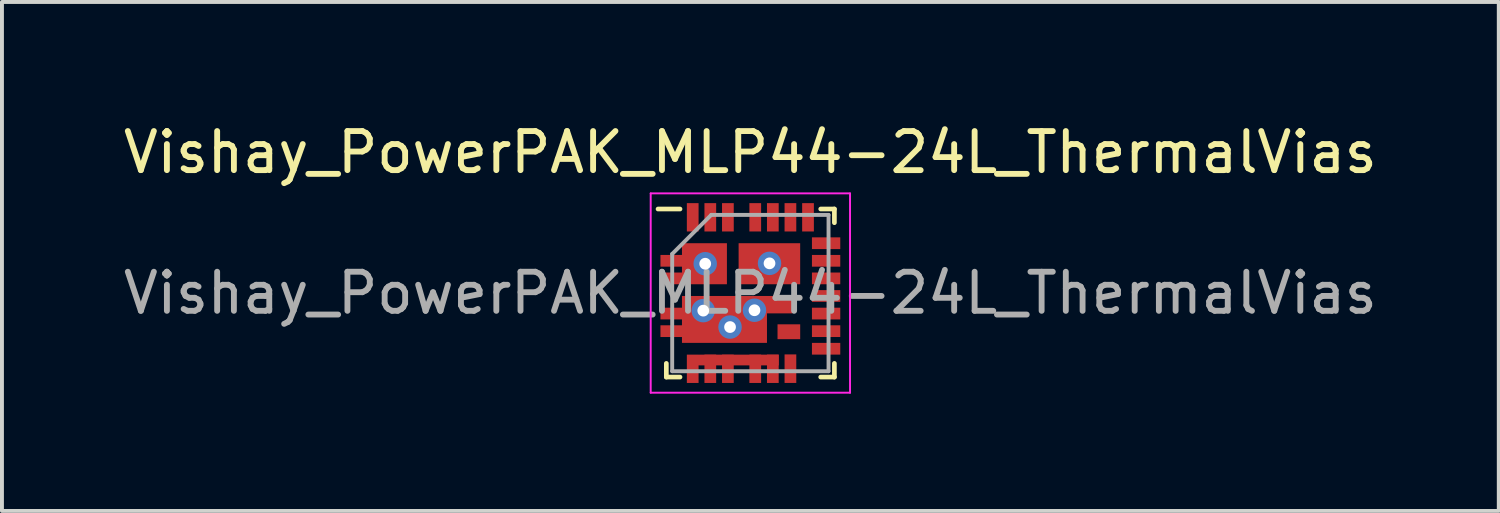
<source format=kicad_pcb>
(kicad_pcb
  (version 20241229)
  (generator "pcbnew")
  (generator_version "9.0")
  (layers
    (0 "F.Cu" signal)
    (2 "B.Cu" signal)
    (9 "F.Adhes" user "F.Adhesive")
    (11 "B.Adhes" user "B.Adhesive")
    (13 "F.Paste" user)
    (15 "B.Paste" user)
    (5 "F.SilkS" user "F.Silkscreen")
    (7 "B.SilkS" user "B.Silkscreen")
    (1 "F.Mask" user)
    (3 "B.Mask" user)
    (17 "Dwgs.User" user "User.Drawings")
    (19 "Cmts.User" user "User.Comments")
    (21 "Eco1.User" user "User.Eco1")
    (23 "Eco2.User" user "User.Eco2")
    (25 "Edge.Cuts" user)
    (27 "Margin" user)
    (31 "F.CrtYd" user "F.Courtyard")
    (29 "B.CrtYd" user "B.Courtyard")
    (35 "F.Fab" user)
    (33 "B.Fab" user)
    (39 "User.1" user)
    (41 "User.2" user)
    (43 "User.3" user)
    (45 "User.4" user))
  (footprint "Vishay_PowerPAK_MLP44-24L_ThermalVias"
    (layer "F.Cu")
    (at 16.149 4.448)
    (property "Reference" "Vishay_PowerPAK_MLP44-24L_ThermalVias" (at 0 -3.6 0) (layer "F.SilkS") (effects (font (size 1 1) (thickness 0.15))))
    (attr smd)
    (fp_line (start -2.15 2.15) (end -2.15 1.8) (stroke (width 0.12) (type solid)) (layer "F.SilkS"))
    (fp_line (start -1.8 -2.15) (end -2.362 -2.15) (stroke (width 0.12) (type solid)) (layer "F.SilkS"))
    (fp_line (start -1.8 2.15) (end -2.15 2.15) (stroke (width 0.12) (type solid)) (layer "F.SilkS"))
    (fp_line (start 1.8 -2.15) (end 2.15 -2.15) (stroke (width 0.12) (type solid)) (layer "F.SilkS"))
    (fp_line (start 1.8 2.15) (end 2.15 2.15) (stroke (width 0.12) (type solid)) (layer "F.SilkS"))
    (fp_line (start 2.15 -2.15) (end 2.15 -1.8) (stroke (width 0.12) (type solid)) (layer "F.SilkS"))
    (fp_line (start 2.15 2.15) (end 2.15 1.8) (stroke (width 0.12) (type solid)) (layer "F.SilkS"))
    (fp_line (start -2.55 -2.55) (end 2.55 -2.55) (stroke (width 0.05) (type solid)) (layer "F.CrtYd"))
    (fp_line (start -2.55 2.55) (end -2.55 -2.55) (stroke (width 0.05) (type solid)) (layer "F.CrtYd"))
    (fp_line (start 2.55 -2.55) (end 2.55 2.55) (stroke (width 0.05) (type solid)) (layer "F.CrtYd"))
    (fp_line (start 2.55 2.55) (end -2.55 2.55) (stroke (width 0.05) (type solid)) (layer "F.CrtYd"))
    (fp_line (start -2 -1) (end -2 2) (stroke (width 0.1) (type solid)) (layer "F.Fab"))
    (fp_line (start -2 2) (end 2 2) (stroke (width 0.1) (type solid)) (layer "F.Fab"))
    (fp_line (start -1 -2) (end -2 -1) (stroke (width 0.1) (type solid)) (layer "F.Fab"))
    (fp_line (start 2 -2) (end -1 -2) (stroke (width 0.1) (type solid)) (layer "F.Fab"))
    (fp_line (start 2 2) (end 2 -2) (stroke (width 0.1) (type solid)) (layer "F.Fab"))
    (fp_text user "${REFERENCE}" (at 0 0 0) (layer "F.Fab") (effects (font (size 1 1) (thickness 0.15))))
    (pad "1" smd rect (at -1.938 -0.825 90) (size 0.3 0.725) (layers "F.Cu" "F.Mask" "F.Paste"))
    (pad "2" smd rect (at -1.938 -0.375 90) (size 0.3 0.725) (layers "F.Cu" "F.Mask" "F.Paste"))
    (pad "3" smd rect (at -1.938 0.525 90) (size 0.3 0.725) (layers "F.Cu" "F.Mask" "F.Paste"))
    (pad "4" smd rect (at -1.938 0.975 90) (size 0.3 0.725) (layers "F.Cu" "F.Mask" "F.Paste"))
    (pad "5" smd custom (at -1.475 1.938) (size 0.3 0.725) (layers "F.Cu" "F.Mask" "F.Paste") (options (anchor rect)) (primitives (gr_poly (pts (xy -0.15 -0.362) (xy 2.2 -0.362) (xy 2.2 -0.087) (xy -0.15 -0.087)) (width 0) (fill yes))))
    (pad "6" smd rect (at -1.025 1.938) (size 0.3 0.725) (layers "F.Cu" "F.Mask" "F.Paste"))
    (pad "7" smd rect (at -0.575 1.938) (size 0.3 0.725) (layers "F.Cu" "F.Mask" "F.Paste"))
    (pad "8" smd rect (at 0.125 1.938) (size 0.3 0.725) (layers "F.Cu" "F.Mask" "F.Paste"))
    (pad "9" smd rect (at 0.575 1.938) (size 0.3 0.725) (layers "F.Cu" "F.Mask" "F.Paste"))
    (pad "10" smd rect (at 1.025 1.935) (size 0.3 0.73) (layers "F.Cu" "F.Mask" "F.Paste"))
    (pad "11" smd rect (at 1.938 1.425 90) (size 0.3 0.725) (layers "F.Cu" "F.Mask" "F.Paste"))
    (pad "12" smd rect (at 1.938 0.975 90) (size 0.3 0.725) (layers "F.Cu" "F.Mask" "F.Paste"))
    (pad "13" smd rect (at 1.938 0.525 90) (size 0.3 0.725) (layers "F.Cu" "F.Mask" "F.Paste"))
    (pad "14" smd rect (at 1.938 0.075 90) (size 0.3 0.725) (layers "F.Cu" "F.Mask" "F.Paste"))
    (pad "15" smd rect (at 1.938 -0.375 90) (size 0.3 0.725) (layers "F.Cu" "F.Mask" "F.Paste"))
    (pad "16" smd rect (at 1.938 -0.825 90) (size 0.3 0.725) (layers "F.Cu" "F.Mask" "F.Paste"))
    (pad "17" smd rect (at 1.938 -1.275 90) (size 0.3 0.725) (layers "F.Cu" "F.Mask" "F.Paste"))
    (pad "18" smd rect (at 1.475 -1.938) (size 0.3 0.725) (layers "F.Cu" "F.Mask" "F.Paste"))
    (pad "19" smd rect (at 1.025 -1.938) (size 0.3 0.725) (layers "F.Cu" "F.Mask" "F.Paste"))
    (pad "20" smd rect (at 0.575 -1.938) (size 0.3 0.725) (layers "F.Cu" "F.Mask" "F.Paste"))
    (pad "21" smd rect (at 0.125 -1.938) (size 0.3 0.725) (layers "F.Cu" "F.Mask" "F.Paste"))
    (pad "22" smd rect (at -0.575 -1.938) (size 0.3 0.725) (layers "F.Cu" "F.Mask" "F.Paste"))
    (pad "23" smd rect (at -1.025 -1.938) (size 0.3 0.725) (layers "F.Cu" "F.Mask" "F.Paste"))
    (pad "24" smd rect (at -1.475 -1.938) (size 0.3 0.725) (layers "F.Cu" "F.Mask" "F.Paste"))
    (pad "25" smd rect (at 0.487 -0.75 180) (size 1.575 1.05) (layers "F.Cu" "F.Mask" "F.Paste"))
    (pad "25" thru_hole circle (at 0.49 -0.76) (size 0.6 0.6) (drill 0.3) (layers "*.Cu" "*.Mask"))
    (pad "26" smd rect (at -1.175 -0.75 180) (size 1.15 1.05) (layers "F.Cu" "F.Mask" "F.Paste"))
    (pad "26" thru_hole circle (at -1.155 -0.75) (size 0.6 0.6) (drill 0.3) (layers "*.Cu" "*.Mask"))
    (pad "27" thru_hole circle (at -1.205 0.45) (size 0.6 0.6) (drill 0.3) (layers "*.Cu" "*.Mask"))
    (pad "27" smd custom (at -0.75 0.775) (size 1 1) (layers "F.Cu" "F.Mask" "F.Paste") (options (anchor rect)) (primitives (gr_poly (pts (xy -1 0.5) (xy -1 -0.7) (xy 1.825 -0.7) (xy 1.825 -0.255) (xy 1.175 -0.255) (xy 1.175 0.5)) (width 0) (fill yes))))
    (pad "27" thru_hole circle (at -0.52 0.87) (size 0.6 0.6) (drill 0.3) (layers "*.Cu" "*.Mask"))
    (pad "27" thru_hole circle (at 0.105 0.44) (size 0.6 0.6) (drill 0.3) (layers "*.Cu" "*.Mask"))
    (pad "28" smd rect (at 0.985 0.99 180) (size 0.58 0.38) (layers "F.Cu" "F.Mask" "F.Paste")))
  (gr_rect
    (start -3 -3)
    (end 35.298 10.023)
    (stroke (width 0.1) (type default))
    (fill no)
    (layer "Edge.Cuts")))
</source>
